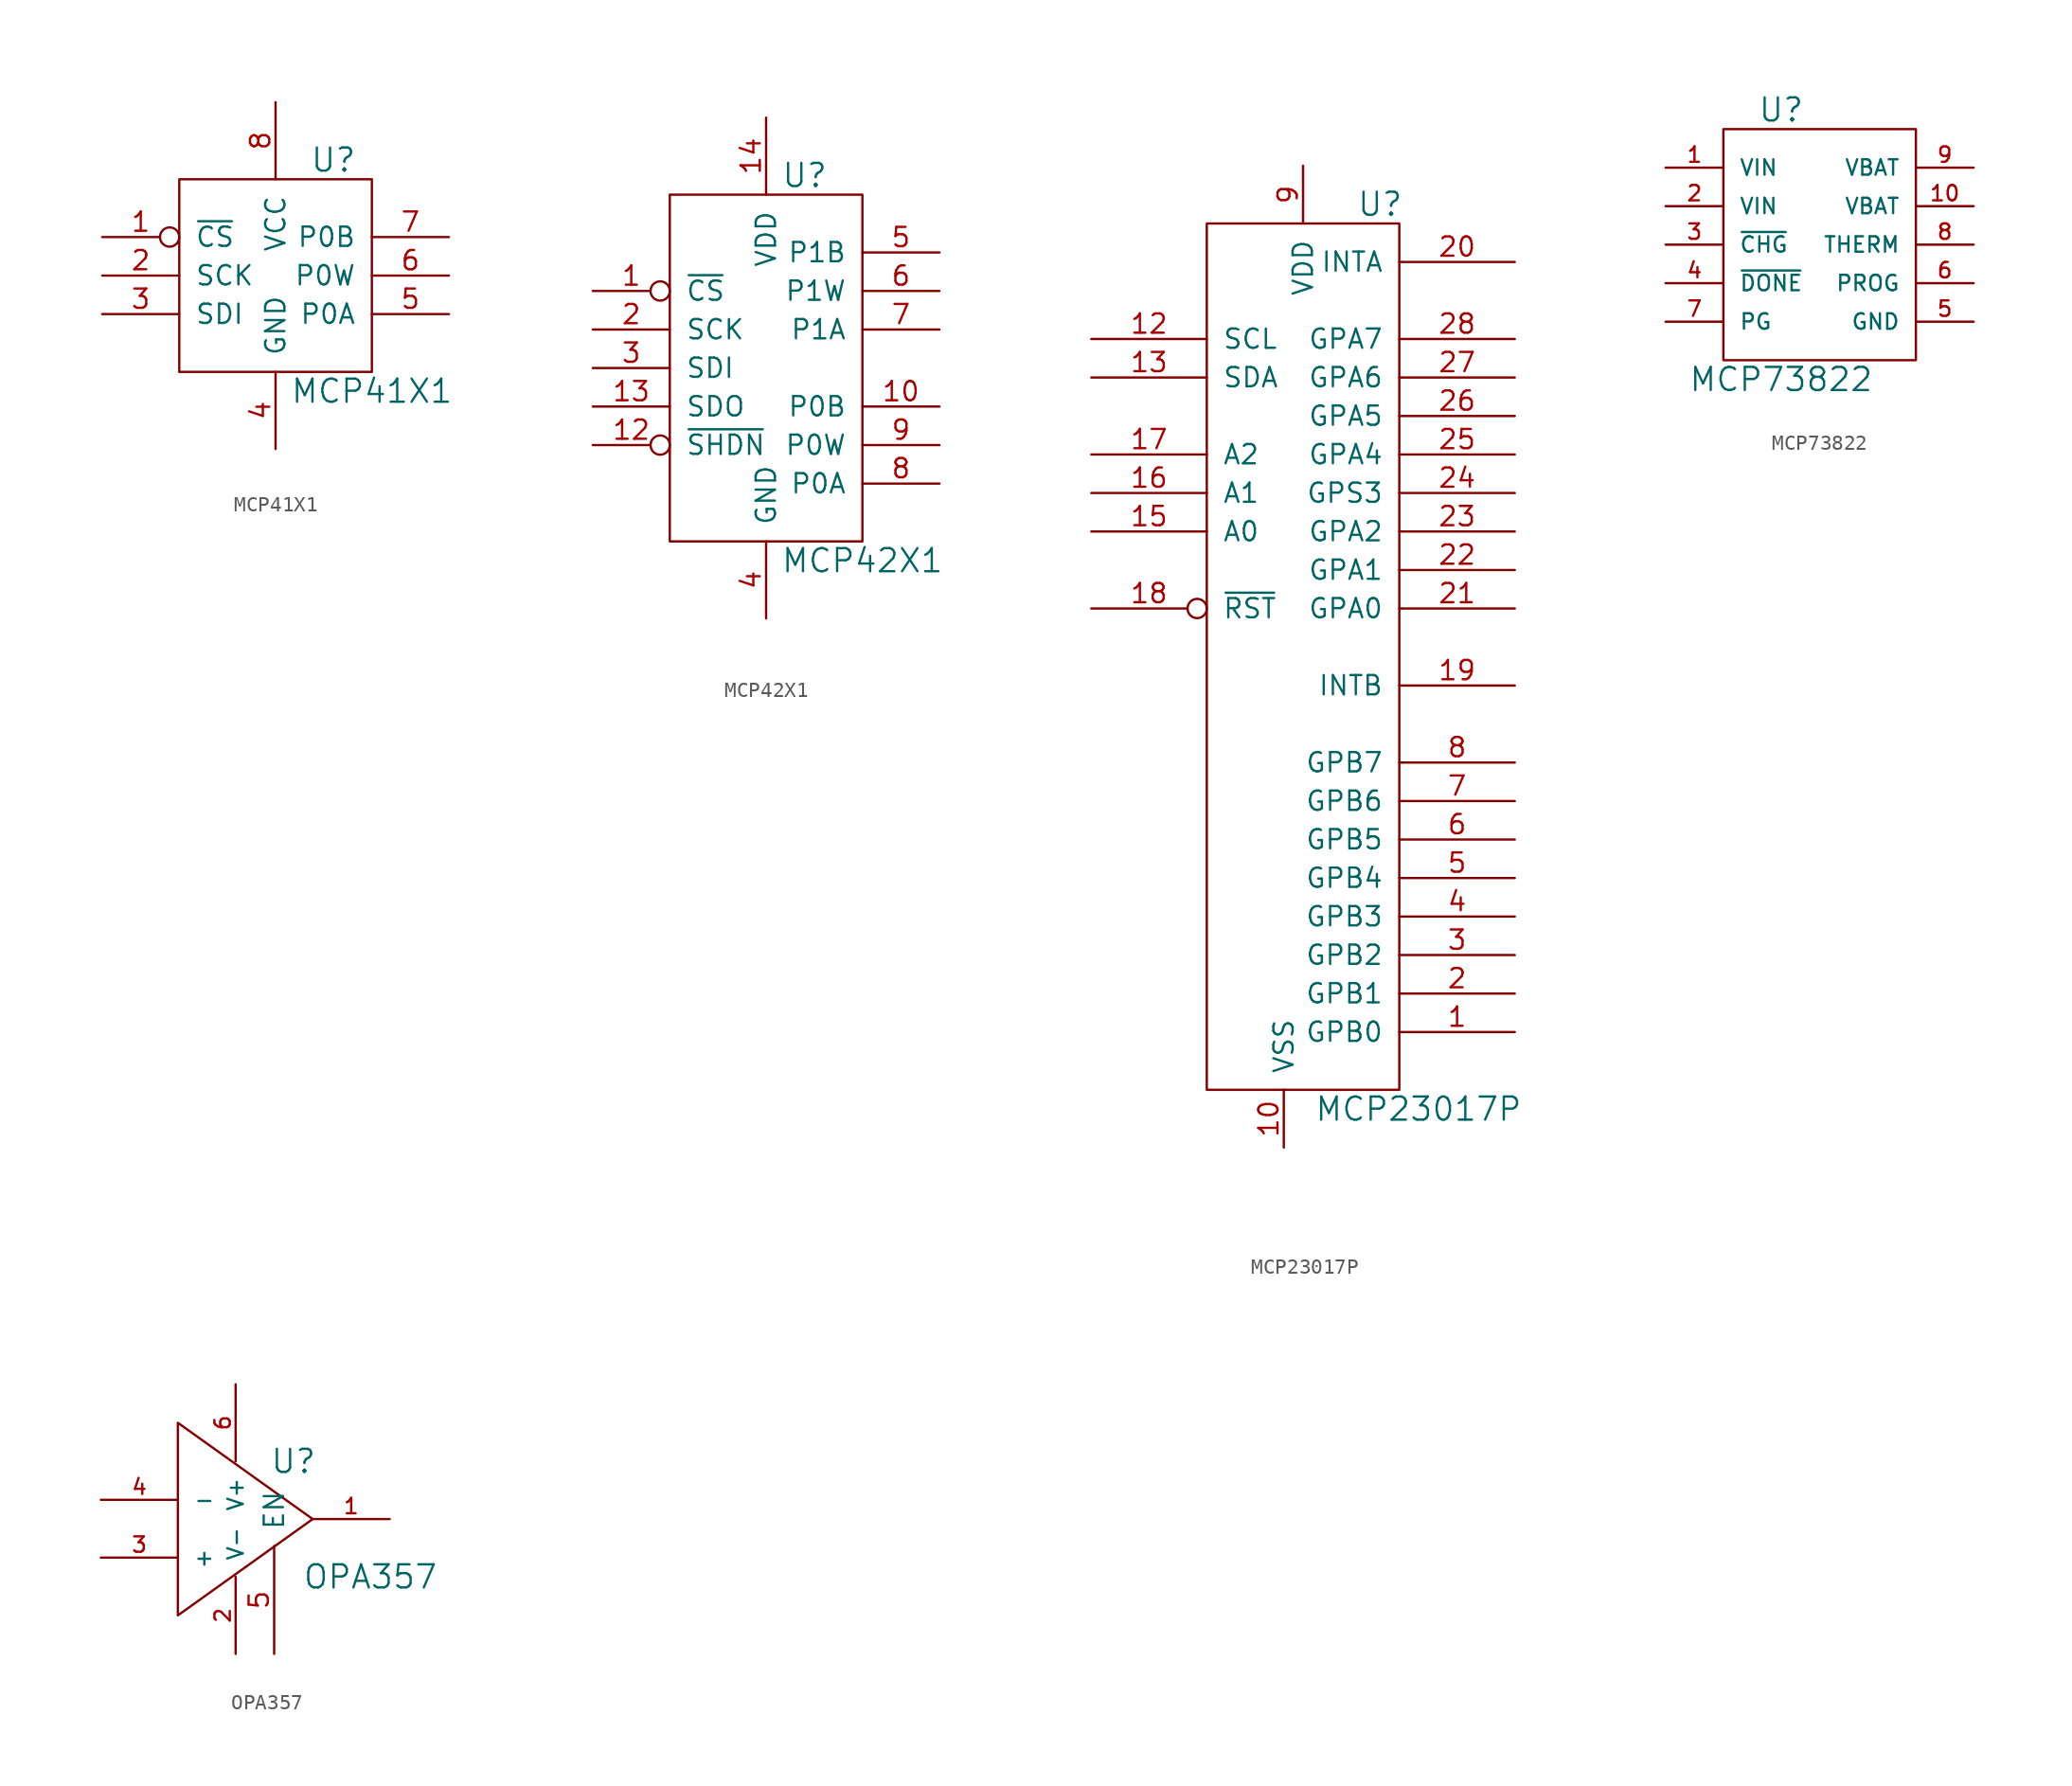
<source format=kicad_sym>
(kicad_symbol_lib
  (version 20220914)
  (generator kicad_symbol_editor)
  (symbol "MCP41X1"
    (pin_names
      (offset 1.016))
    (property "Reference" "U"
      (at 3.81 7.62 0)
      (effects (font (size 1.524 1.524))))
    (property "Value" "MCP41X1"
      (at 6.35 -7.62 0)
      (effects (font (size 1.524 1.524))))
    (property "Footprint" ""
      (at 6.35 0 0)
      (effects (font (size 1.524 1.524))))
    (property "Datasheet" ""
      (at 6.35 0 0)
      (effects (font (size 1.524 1.524))))
    (symbol "MCP41X1_0_1"
      (rectangle (start -6.35 6.35) (end 6.35 -6.35) (stroke (width 0) (type default)) (fill (type none))))
    (symbol "MCP41X1_1_1"
      (pin input inverted (at -11.43 2.54 0) (length 5.08) (name "~{CS}" (effects (font (size 1.27 1.27)))) (number "1" (effects (font (size 1.27 1.27)))))
      (pin input line (at -11.43 0 0) (length 5.08) (name "SCK" (effects (font (size 1.27 1.27)))) (number "2" (effects (font (size 1.27 1.27)))))
      (pin input line (at -11.43 -2.54 0) (length 5.08) (name "SDI" (effects (font (size 1.27 1.27)))) (number "3" (effects (font (size 1.27 1.27)))))
      (pin power_in line (at 0 -11.43 90) (length 5.08) (name "GND" (effects (font (size 1.27 1.27)))) (number "4" (effects (font (size 1.27 1.27)))))
      (pin input line (at 11.43 -2.54 180) (length 5.08) (name "P0A" (effects (font (size 1.27 1.27)))) (number "5" (effects (font (size 1.27 1.27)))))
      (pin input line (at 11.43 0 180) (length 5.08) (name "P0W" (effects (font (size 1.27 1.27)))) (number "6" (effects (font (size 1.27 1.27)))))
      (pin input line (at 11.43 2.54 180) (length 5.08) (name "P0B" (effects (font (size 1.27 1.27)))) (number "7" (effects (font (size 1.27 1.27)))))
      (pin power_in line (at 0 11.43 270) (length 5.08) (name "VCC" (effects (font (size 1.27 1.27)))) (number "8" (effects (font (size 1.27 1.27)))))))
  (symbol "MCP42X1"
    (pin_names
      (offset 1.016))
    (property "Reference" "U"
      (at 2.54 12.7 0)
      (effects (font (size 1.524 1.524))))
    (property "Value" "MCP42X1"
      (at 6.35 -12.7 0)
      (effects (font (size 1.524 1.524))))
    (property "Footprint" ""
      (at 6.35 0 0)
      (effects (font (size 1.524 1.524))))
    (property "Datasheet" ""
      (at 6.35 0 0)
      (effects (font (size 1.524 1.524))))
    (symbol "MCP42X1_0_1"
      (rectangle (start -6.35 11.43) (end 6.35 -11.43) (stroke (width 0) (type default)) (fill (type none))))
    (symbol "MCP42X1_1_1"
      (pin input inverted (at -11.43 5.08 0) (length 5.08) (name "~{CS}" (effects (font (size 1.27 1.27)))) (number "1" (effects (font (size 1.27 1.27)))))
      (pin input line (at 11.43 -2.54 180) (length 5.08) (name "P0B" (effects (font (size 1.27 1.27)))) (number "10" (effects (font (size 1.27 1.27)))))
      (pin output inverted (at -11.43 -5.08 0) (length 5.08) (name "~{SHDN}" (effects (font (size 1.27 1.27)))) (number "12" (effects (font (size 1.27 1.27)))))
      (pin output line (at -11.43 -2.54 0) (length 5.08) (name "SDO" (effects (font (size 1.27 1.27)))) (number "13" (effects (font (size 1.27 1.27)))))
      (pin power_in line (at 0 16.51 270) (length 5.08) (name "VDD" (effects (font (size 1.27 1.27)))) (number "14" (effects (font (size 1.27 1.27)))))
      (pin input line (at -11.43 2.54 0) (length 5.08) (name "SCK" (effects (font (size 1.27 1.27)))) (number "2" (effects (font (size 1.27 1.27)))))
      (pin input line (at -11.43 0 0) (length 5.08) (name "SDI" (effects (font (size 1.27 1.27)))) (number "3" (effects (font (size 1.27 1.27)))))
      (pin power_in line (at 0 -16.51 90) (length 5.08) (name "GND" (effects (font (size 1.27 1.27)))) (number "4" (effects (font (size 1.27 1.27)))))
      (pin input line (at 11.43 7.62 180) (length 5.08) (name "P1B" (effects (font (size 1.27 1.27)))) (number "5" (effects (font (size 1.27 1.27)))))
      (pin input line (at 11.43 5.08 180) (length 5.08) (name "P1W" (effects (font (size 1.27 1.27)))) (number "6" (effects (font (size 1.27 1.27)))))
      (pin input line (at 11.43 2.54 180) (length 5.08) (name "P1A" (effects (font (size 1.27 1.27)))) (number "7" (effects (font (size 1.27 1.27)))))
      (pin input line (at 11.43 -7.62 180) (length 5.08) (name "P0A" (effects (font (size 1.27 1.27)))) (number "8" (effects (font (size 1.27 1.27)))))
      (pin input line (at 11.43 -5.08 180) (length 5.08) (name "P0W" (effects (font (size 1.27 1.27)))) (number "9" (effects (font (size 1.27 1.27)))))))
  (symbol "MCP23017P"
    (pin_names
      (offset 1.016))
    (property "Reference" "U"
      (at 3.81 25.4 0)
      (effects (font (size 1.524 1.524))))
    (property "Value" "MCP23017P"
      (at 6.35 -34.29 0)
      (effects (font (size 1.524 1.524))))
    (property "Footprint" ""
      (at 0 0 0)
      (effects (font (size 1.524 1.524))))
    (property "Datasheet" ""
      (at 0 0 0)
      (effects (font (size 1.524 1.524))))
    (symbol "MCP23017P_0_1"
      (rectangle (start -7.62 -33.02) (end 5.08 24.13) (stroke (width 0) (type default)) (fill (type none))))
    (symbol "MCP23017P_1_1"
      (pin bidirectional line (at 12.7 -29.21 180) (length 7.62) (name "GPB0" (effects (font (size 1.27 1.27)))) (number "1" (effects (font (size 1.27 1.27)))))
      (pin power_in line (at -2.54 -36.83 90) (length 3.81) (name "VSS" (effects (font (size 1.27 1.27)))) (number "10" (effects (font (size 1.27 1.27)))))
      (pin input line (at -15.24 16.51 0) (length 7.62) (name "SCL" (effects (font (size 1.27 1.27)))) (number "12" (effects (font (size 1.27 1.27)))))
      (pin input line (at -15.24 13.97 0) (length 7.62) (name "SDA" (effects (font (size 1.27 1.27)))) (number "13" (effects (font (size 1.27 1.27)))))
      (pin input line (at -15.24 3.81 0) (length 7.62) (name "A0" (effects (font (size 1.27 1.27)))) (number "15" (effects (font (size 1.27 1.27)))))
      (pin input line (at -15.24 6.35 0) (length 7.62) (name "A1" (effects (font (size 1.27 1.27)))) (number "16" (effects (font (size 1.27 1.27)))))
      (pin input line (at -15.24 8.89 0) (length 7.62) (name "A2" (effects (font (size 1.27 1.27)))) (number "17" (effects (font (size 1.27 1.27)))))
      (pin input inverted (at -15.24 -1.27 0) (length 7.62) (name "~{RST}" (effects (font (size 1.27 1.27)))) (number "18" (effects (font (size 1.27 1.27)))))
      (pin open_collector line (at 12.7 -6.35 180) (length 7.62) (name "INTB" (effects (font (size 1.27 1.27)))) (number "19" (effects (font (size 1.27 1.27)))))
      (pin bidirectional line (at 12.7 -26.67 180) (length 7.62) (name "GPB1" (effects (font (size 1.27 1.27)))) (number "2" (effects (font (size 1.27 1.27)))))
      (pin open_collector line (at 12.7 21.59 180) (length 7.62) (name "INTA" (effects (font (size 1.27 1.27)))) (number "20" (effects (font (size 1.27 1.27)))))
      (pin bidirectional line (at 12.7 -1.27 180) (length 7.62) (name "GPA0" (effects (font (size 1.27 1.27)))) (number "21" (effects (font (size 1.27 1.27)))))
      (pin bidirectional line (at 12.7 1.27 180) (length 7.62) (name "GPA1" (effects (font (size 1.27 1.27)))) (number "22" (effects (font (size 1.27 1.27)))))
      (pin bidirectional line (at 12.7 3.81 180) (length 7.62) (name "GPA2" (effects (font (size 1.27 1.27)))) (number "23" (effects (font (size 1.27 1.27)))))
      (pin bidirectional line (at 12.7 6.35 180) (length 7.62) (name "GPS3" (effects (font (size 1.27 1.27)))) (number "24" (effects (font (size 1.27 1.27)))))
      (pin bidirectional line (at 12.7 8.89 180) (length 7.62) (name "GPA4" (effects (font (size 1.27 1.27)))) (number "25" (effects (font (size 1.27 1.27)))))
      (pin bidirectional line (at 12.7 11.43 180) (length 7.62) (name "GPA5" (effects (font (size 1.27 1.27)))) (number "26" (effects (font (size 1.27 1.27)))))
      (pin bidirectional line (at 12.7 13.97 180) (length 7.62) (name "GPA6" (effects (font (size 1.27 1.27)))) (number "27" (effects (font (size 1.27 1.27)))))
      (pin bidirectional line (at 12.7 16.51 180) (length 7.62) (name "GPA7" (effects (font (size 1.27 1.27)))) (number "28" (effects (font (size 1.27 1.27)))))
      (pin bidirectional line (at 12.7 -24.13 180) (length 7.62) (name "GPB2" (effects (font (size 1.27 1.27)))) (number "3" (effects (font (size 1.27 1.27)))))
      (pin bidirectional line (at 12.7 -21.59 180) (length 7.62) (name "GPB3" (effects (font (size 1.27 1.27)))) (number "4" (effects (font (size 1.27 1.27)))))
      (pin bidirectional line (at 12.7 -19.05 180) (length 7.62) (name "GPB4" (effects (font (size 1.27 1.27)))) (number "5" (effects (font (size 1.27 1.27)))))
      (pin bidirectional line (at 12.7 -16.51 180) (length 7.62) (name "GPB5" (effects (font (size 1.27 1.27)))) (number "6" (effects (font (size 1.27 1.27)))))
      (pin bidirectional line (at 12.7 -13.97 180) (length 7.62) (name "GPB6" (effects (font (size 1.27 1.27)))) (number "7" (effects (font (size 1.27 1.27)))))
      (pin bidirectional line (at 12.7 -11.43 180) (length 7.62) (name "GPB7" (effects (font (size 1.27 1.27)))) (number "8" (effects (font (size 1.27 1.27)))))
      (pin power_in line (at -1.27 27.94 270) (length 3.81) (name "VDD" (effects (font (size 1.27 1.27)))) (number "9" (effects (font (size 1.27 1.27)))))))
  (symbol "MCP73822"
    (pin_names
      (offset 1.016))
    (property "Reference" "U"
      (at -2.54 16.51 0)
      (effects (font (size 1.524 1.524))))
    (property "Value" "MCP73822"
      (at -2.54 -1.27 0)
      (effects (font (size 1.524 1.524))))
    (property "Footprint" ""
      (at 0 0 0)
      (effects (font (size 1.524 1.524))))
    (property "Datasheet" ""
      (at 0 0 0)
      (effects (font (size 1.524 1.524))))
    (symbol "MCP73822_0_1"
      (rectangle (start -6.35 0) (end 6.35 15.24) (stroke (width 0) (type default)) (fill (type none))))
    (symbol "MCP73822_1_1"
      (pin power_in line (at -10.16 12.7 0) (length 3.81) (name "VIN" (effects (font (size 1.016 1.016)))) (number "1" (effects (font (size 1.016 1.016)))))
      (pin power_out line (at 10.16 10.16 180) (length 3.81) (name "VBAT" (effects (font (size 1.016 1.016)))) (number "10" (effects (font (size 1.016 1.016)))))
      (pin power_in line (at -10.16 10.16 0) (length 3.81) (name "VIN" (effects (font (size 1.016 1.016)))) (number "2" (effects (font (size 1.016 1.016)))))
      (pin output line (at -10.16 7.62 0) (length 3.81) (name "~{CHG}" (effects (font (size 1.016 1.016)))) (number "3" (effects (font (size 1.016 1.016)))))
      (pin output line (at -10.16 5.08 0) (length 3.81) (name "~{DONE}" (effects (font (size 1.016 1.016)))) (number "4" (effects (font (size 1.016 1.016)))))
      (pin input line (at 10.16 2.54 180) (length 3.81) (name "GND" (effects (font (size 1.016 1.016)))) (number "5" (effects (font (size 1.016 1.016)))))
      (pin input line (at 10.16 5.08 180) (length 3.81) (name "PROG" (effects (font (size 1.016 1.016)))) (number "6" (effects (font (size 1.016 1.016)))))
      (pin output line (at -10.16 2.54 0) (length 3.81) (name "PG" (effects (font (size 1.016 1.016)))) (number "7" (effects (font (size 1.016 1.016)))))
      (pin input line (at 10.16 7.62 180) (length 3.81) (name "THERM" (effects (font (size 1.016 1.016)))) (number "8" (effects (font (size 1.016 1.016)))))
      (pin power_in line (at 10.16 12.7 180) (length 3.81) (name "VBAT" (effects (font (size 1.016 1.016)))) (number "9" (effects (font (size 1.016 1.016)))))))
  (symbol "OPA357"
    (pin_names
      (offset 1.016))
    (property "Reference" "U"
      (at 5.08 3.81 0)
      (effects (font (size 1.524 1.524))))
    (property "Value" "OPA357"
      (at 10.16 -3.81 0)
      (effects (font (size 1.524 1.524))))
    (property "Footprint" ""
      (at -2.54 -6.35 0)
      (effects (font (size 1.524 1.524))))
    (property "Datasheet" ""
      (at -2.54 -6.35 0)
      (effects (font (size 1.524 1.524))))
    (symbol "OPA357_0_1"
      (polyline (pts (xy -2.54 -6.35) (xy -2.54 6.35) (xy 6.35 0) (xy -2.54 -6.35)) (stroke (width 0) (type default)) (fill (type none))))
    (symbol "OPA357_1_1"
      (pin output line (at 11.43 0 180) (length 5.08) (name "~" (effects (font (size 1.016 1.016)))) (number "1" (effects (font (size 1.016 1.016)))))
      (pin power_in line (at 1.27 -8.89 90) (length 5.08) (name "V-" (effects (font (size 1.016 1.016)))) (number "2" (effects (font (size 1.016 1.016)))))
      (pin input line (at -7.62 -2.54 0) (length 5.08) (name "+" (effects (font (size 1.016 1.016)))) (number "3" (effects (font (size 1.016 1.016)))))
      (pin input line (at -7.62 1.27 0) (length 5.08) (name "-" (effects (font (size 1.016 1.016)))) (number "4" (effects (font (size 1.016 1.016)))))
      (pin input line (at 3.81 -8.89 90) (length 7.112) (name "EN" (effects (font (size 1.27 1.27)))) (number "5" (effects (font (size 1.27 1.27)))))
      (pin power_in line (at 1.27 8.89 270) (length 5.08) (name "V+" (effects (font (size 1.016 1.016)))) (number "6" (effects (font (size 1.016 1.016))))))))
</source>
